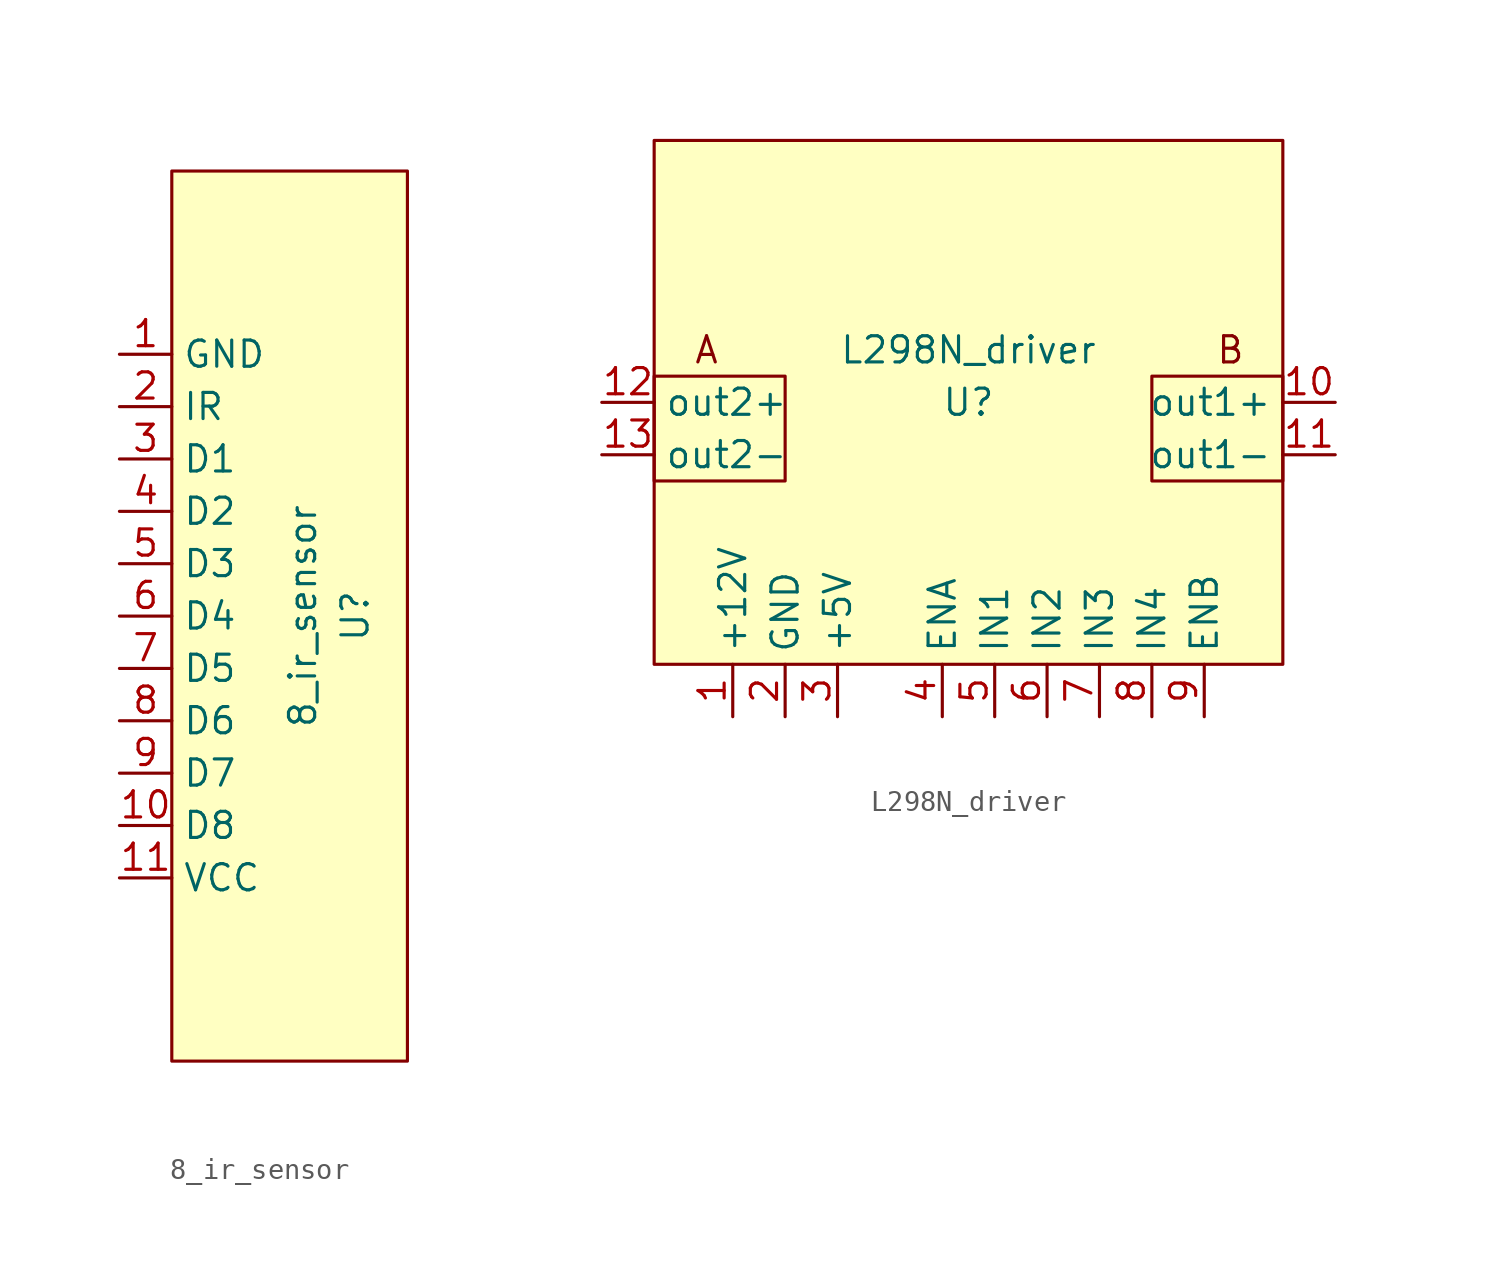
<source format=kicad_sym>
(kicad_symbol_lib
  (version 20211014)
  (generator kicad_symbol_editor)
  (symbol "8_ir_sensor"
    (property "Reference" "U"
      (at 11.43 -12.7 90)
      (effects (font (size 1.27 1.27))))
    (property "Value" "8_ir_sensor"
      (at 8.89 -12.7 90)
      (effects (font (size 1.27 1.27))))
    (symbol "8_ir_sensor_0_1"
      (rectangle (start 2.54 8.89) (end 13.97 -34.29) (stroke (width 0) (type default) (color 0 0 0 0)) (fill (type background))))
    (symbol "8_ir_sensor_1_1"
      (pin power_in line (at 0 0 0) (length 2.54) (name "GND" (effects (font (size 1.27 1.27)))) (number "1" (effects (font (size 1.27 1.27)))))
      (pin output line (at 0 -22.86 0) (length 2.54) (name "D8" (effects (font (size 1.27 1.27)))) (number "10" (effects (font (size 1.27 1.27)))))
      (pin power_in line (at 0 -25.4 0) (length 2.54) (name "VCC" (effects (font (size 1.27 1.27)))) (number "11" (effects (font (size 1.27 1.27)))))
      (pin input line (at 0 -2.54 0) (length 2.54) (name "IR" (effects (font (size 1.27 1.27)))) (number "2" (effects (font (size 1.27 1.27)))))
      (pin output line (at 0 -5.08 0) (length 2.54) (name "D1" (effects (font (size 1.27 1.27)))) (number "3" (effects (font (size 1.27 1.27)))))
      (pin output line (at 0 -7.62 0) (length 2.54) (name "D2" (effects (font (size 1.27 1.27)))) (number "4" (effects (font (size 1.27 1.27)))))
      (pin output line (at 0 -10.16 0) (length 2.54) (name "D3" (effects (font (size 1.27 1.27)))) (number "5" (effects (font (size 1.27 1.27)))))
      (pin output line (at 0 -12.7 0) (length 2.54) (name "D4" (effects (font (size 1.27 1.27)))) (number "6" (effects (font (size 1.27 1.27)))))
      (pin output line (at 0 -15.24 0) (length 2.54) (name "D5" (effects (font (size 1.27 1.27)))) (number "7" (effects (font (size 1.27 1.27)))))
      (pin output line (at 0 -17.78 0) (length 2.54) (name "D6" (effects (font (size 1.27 1.27)))) (number "8" (effects (font (size 1.27 1.27)))))
      (pin output line (at 0 -20.32 0) (length 2.54) (name "D7" (effects (font (size 1.27 1.27)))) (number "9" (effects (font (size 1.27 1.27)))))))
  (symbol "L298N_driver"
    (property "Reference" "U"
      (at -7.62 -1.27 0)
      (effects (font (size 1.27 1.27))))
    (property "Value" "L298N_driver"
      (at -7.62 1.27 0)
      (effects (font (size 1.27 1.27))))
    (symbol "L298N_driver_0_0"
      (text "A" (at -20.32 1.27 0) (effects (font (size 1.27 1.27))))
      (text "B" (at 5.08 1.27 0) (effects (font (size 1.27 1.27)))))
    (symbol "L298N_driver_0_1"
      (rectangle (start -22.86 0) (end -16.51 -5.08) (stroke (width 0) (type default) (color 0 0 0 0)) (fill (type none)))
      (rectangle (start -22.86 11.43) (end 7.62 -13.97) (stroke (width 0) (type default) (color 0 0 0 0)) (fill (type background)))
      (rectangle (start 7.62 0) (end 1.27 -5.08) (stroke (width 0) (type default) (color 0 0 0 0)) (fill (type none))))
    (symbol "L298N_driver_1_1"
      (pin power_in line (at -19.05 -16.51 90) (length 2.54) (name "+12V" (effects (font (size 1.27 1.27)))) (number "1" (effects (font (size 1.27 1.27)))))
      (pin output line (at 10.16 -1.27 180) (length 2.54) (name "out1+" (effects (font (size 1.27 1.27)))) (number "10" (effects (font (size 1.27 1.27)))))
      (pin output line (at 10.16 -3.81 180) (length 2.54) (name "out1-" (effects (font (size 1.27 1.27)))) (number "11" (effects (font (size 1.27 1.27)))))
      (pin output line (at -25.4 -1.27 0) (length 2.54) (name "out2+" (effects (font (size 1.27 1.27)))) (number "12" (effects (font (size 1.27 1.27)))))
      (pin output line (at -25.4 -3.81 0) (length 2.54) (name "out2-" (effects (font (size 1.27 1.27)))) (number "13" (effects (font (size 1.27 1.27)))))
      (pin power_in line (at -16.51 -16.51 90) (length 2.54) (name "GND" (effects (font (size 1.27 1.27)))) (number "2" (effects (font (size 1.27 1.27)))))
      (pin power_out line (at -13.97 -16.51 90) (length 2.54) (name "+5V" (effects (font (size 1.27 1.27)))) (number "3" (effects (font (size 1.27 1.27)))))
      (pin input line (at -8.89 -16.51 90) (length 2.54) (name "ENA" (effects (font (size 1.27 1.27)))) (number "4" (effects (font (size 1.27 1.27)))))
      (pin input line (at -6.35 -16.51 90) (length 2.54) (name "IN1" (effects (font (size 1.27 1.27)))) (number "5" (effects (font (size 1.27 1.27)))))
      (pin input line (at -3.81 -16.51 90) (length 2.54) (name "IN2" (effects (font (size 1.27 1.27)))) (number "6" (effects (font (size 1.27 1.27)))))
      (pin input line (at -1.27 -16.51 90) (length 2.54) (name "IN3" (effects (font (size 1.27 1.27)))) (number "7" (effects (font (size 1.27 1.27)))))
      (pin input line (at 1.27 -16.51 90) (length 2.54) (name "IN4" (effects (font (size 1.27 1.27)))) (number "8" (effects (font (size 1.27 1.27)))))
      (pin input line (at 3.81 -16.51 90) (length 2.54) (name "ENB" (effects (font (size 1.27 1.27)))) (number "9" (effects (font (size 1.27 1.27))))))))
</source>
